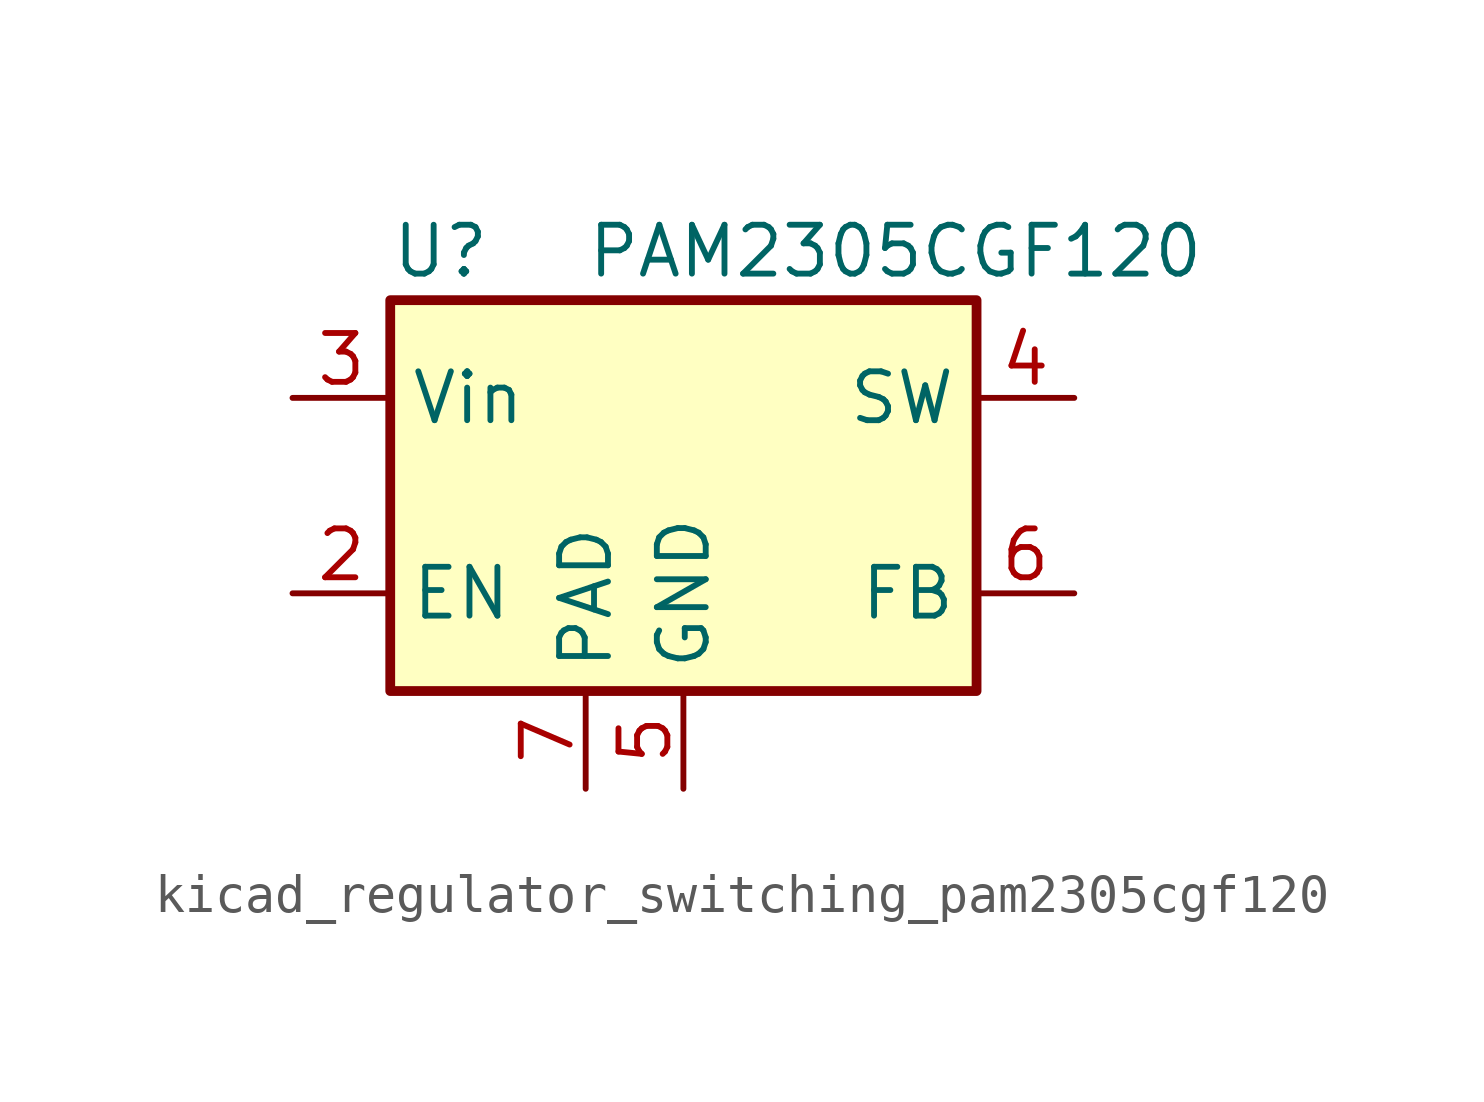
<source format=kicad_sym>
(kicad_symbol_lib
  (version 20220914)
  (generator kicad_symbol_editor)
  (symbol "kicad_regulator_switching_pam2305cgf120"
    (property "Reference" "U"
      (at -7.62 6.35 0)
      (effects (font (size 1.27 1.27)) (justify left)))
    (property "Value" "PAM2305CGF120"
      (at -2.54 6.35 0)
      (effects (font (size 1.27 1.27)) (justify left)))
    (symbol "kicad_regulator_switching_pam2305cgf120_0_1"
      (rectangle (start -7.62 5.08) (end 7.62 -5.08) (stroke (width 0.254) (type default)) (fill (type background))))
    (symbol "kicad_regulator_switching_pam2305cgf120_1_1"
      (pin no_connect line (at -7.62 0 0) (length 2.54) hide (name "NC" (effects (font (size 1.27 1.27)))) (number "1" (effects (font (size 1.27 1.27)))))
      (pin input line (at -10.16 -2.54 0) (length 2.54) (name "EN" (effects (font (size 1.27 1.27)))) (number "2" (effects (font (size 1.27 1.27)))))
      (pin power_in line (at -10.16 2.54 0) (length 2.54) (name "Vin" (effects (font (size 1.27 1.27)))) (number "3" (effects (font (size 1.27 1.27)))))
      (pin output line (at 10.16 2.54 180) (length 2.54) (name "SW" (effects (font (size 1.27 1.27)))) (number "4" (effects (font (size 1.27 1.27)))))
      (pin power_in line (at 0 -7.62 90) (length 2.54) (name "GND" (effects (font (size 1.27 1.27)))) (number "5" (effects (font (size 1.27 1.27)))))
      (pin input line (at 10.16 -2.54 180) (length 2.54) (name "FB" (effects (font (size 1.27 1.27)))) (number "6" (effects (font (size 1.27 1.27)))))
      (pin passive line (at -2.54 -7.62 90) (length 2.54) (name "PAD" (effects (font (size 1.27 1.27)))) (number "7" (effects (font (size 1.27 1.27))))))))
</source>
